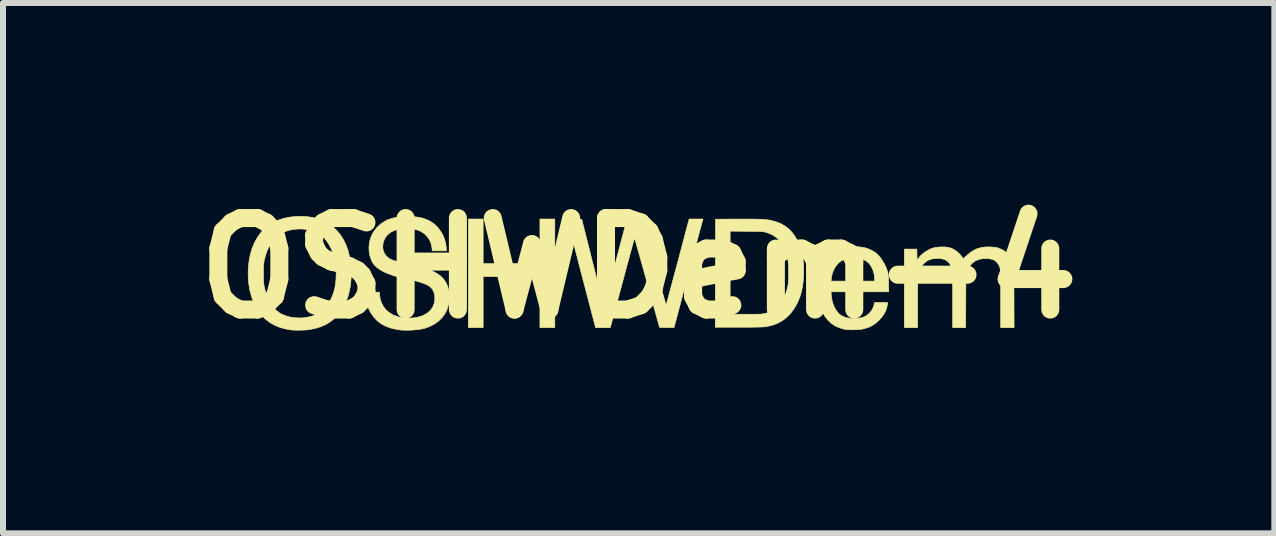
<source format=kicad_pcb>
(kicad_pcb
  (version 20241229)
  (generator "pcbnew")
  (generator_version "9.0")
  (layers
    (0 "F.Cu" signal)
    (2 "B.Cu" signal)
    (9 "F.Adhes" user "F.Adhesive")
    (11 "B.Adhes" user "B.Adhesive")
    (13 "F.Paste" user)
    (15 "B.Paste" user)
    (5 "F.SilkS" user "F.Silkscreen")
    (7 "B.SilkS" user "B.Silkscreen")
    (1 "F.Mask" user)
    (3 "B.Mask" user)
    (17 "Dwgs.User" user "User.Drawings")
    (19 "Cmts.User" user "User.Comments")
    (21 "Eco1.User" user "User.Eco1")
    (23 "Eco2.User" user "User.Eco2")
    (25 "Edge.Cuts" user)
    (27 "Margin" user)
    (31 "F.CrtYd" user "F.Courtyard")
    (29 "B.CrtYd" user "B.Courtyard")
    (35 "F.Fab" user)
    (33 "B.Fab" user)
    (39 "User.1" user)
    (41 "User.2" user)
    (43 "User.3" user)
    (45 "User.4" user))
  (footprint "OSHWDem-4"
    (layer "F.Cu")
    (at 7.591 1.418)
    (property "Reference" "OSHWDem-4" (at 0 0 0) (layer "F.SilkS") (effects (font (size 1.524 1.524) (thickness 0.3))))
    (attr through_hole)
    (fp_poly (pts (xy -2.591 -0.076) (xy -1.645 -0.076) (xy -1.645 -0.819) (xy -1.397 -0.819) (xy -1.397 0.991) (xy -1.645 0.991) (xy -1.645 0.14) (xy -2.591 0.14) (xy -2.591 0.991) (xy -2.838 0.991) (xy -2.838 -0.819) (xy -2.591 -0.819) (xy -2.591 -0.076)) (stroke (width 0.01) (type solid)) (fill yes) (layer "F.SilkS"))
    (fp_poly (pts (xy 1.883 -0.818) (xy 1.946 -0.817) (xy 1.999 -0.816) (xy 2.046 -0.814) (xy 2.086 -0.811) (xy 2.121 -0.808) (xy 2.151 -0.805) (xy 2.179 -0.801) (xy 2.197 -0.797) (xy 2.287 -0.774) (xy 2.367 -0.742) (xy 2.438 -0.702) (xy 2.501 -0.653) (xy 2.557 -0.595) (xy 2.606 -0.526) (xy 2.637 -0.472) (xy 2.67 -0.403) (xy 2.696 -0.337) (xy 2.716 -0.27) (xy 2.731 -0.201) (xy 2.741 -0.126) (xy 2.747 -0.042) (xy 2.748 0.002) (xy 2.748 0.112) (xy 2.742 0.213) (xy 2.73 0.306) (xy 2.712 0.392) (xy 2.688 0.474) (xy 2.656 0.553) (xy 2.634 0.599) (xy 2.584 0.684) (xy 2.527 0.758) (xy 2.464 0.822) (xy 2.393 0.875) (xy 2.315 0.918) (xy 2.23 0.95) (xy 2.137 0.972) (xy 2.096 0.978) (xy 2.078 0.979) (xy 2.049 0.98) (xy 2.009 0.981) (xy 1.959 0.982) (xy 1.901 0.983) (xy 1.836 0.984) (xy 1.764 0.984) (xy 1.686 0.984) (xy 1.659 0.984) (xy 1.276 0.984) (xy 1.277 0.768) (xy 1.524 0.768) (xy 1.783 0.768) (xy 1.849 0.768) (xy 1.903 0.768) (xy 1.948 0.768) (xy 1.984 0.767) (xy 2.013 0.766) (xy 2.037 0.765) (xy 2.057 0.763) (xy 2.075 0.761) (xy 2.091 0.758) (xy 2.101 0.756) (xy 2.173 0.736) (xy 2.237 0.706) (xy 2.294 0.667) (xy 2.344 0.618) (xy 2.387 0.558) (xy 2.425 0.488) (xy 2.454 0.412) (xy 2.467 0.37) (xy 2.478 0.331) (xy 2.486 0.294) (xy 2.492 0.255) (xy 2.495 0.212) (xy 2.498 0.162) (xy 2.498 0.104) (xy 2.499 0.073) (xy 2.498 0.013) (xy 2.497 -0.037) (xy 2.494 -0.079) (xy 2.49 -0.117) (xy 2.484 -0.152) (xy 2.476 -0.187) (xy 2.465 -0.225) (xy 2.46 -0.244) (xy 2.444 -0.287) (xy 2.423 -0.334) (xy 2.399 -0.38) (xy 2.374 -0.422) (xy 2.353 -0.452) (xy 2.306 -0.501) (xy 2.25 -0.542) (xy 2.185 -0.575) (xy 2.118 -0.598) (xy 2.105 -0.601) (xy 2.092 -0.604) (xy 2.078 -0.607) (xy 2.062 -0.608) (xy 2.041 -0.61) (xy 2.016 -0.611) (xy 1.984 -0.612) (xy 1.944 -0.613) (xy 1.895 -0.613) (xy 1.836 -0.614) (xy 1.795 -0.614) (xy 1.524 -0.617) (xy 1.524 0.768) (xy 1.277 0.768) (xy 1.278 0.084) (xy 1.28 -0.816) (xy 1.635 -0.818) (xy 1.729 -0.818) (xy 1.812 -0.818) (xy 1.883 -0.818)) (stroke (width 0.01) (type solid)) (fill yes) (layer "F.SilkS"))
    (fp_poly (pts (xy -5.53 -0.859) (xy -5.426 -0.844) (xy -5.33 -0.818) (xy -5.241 -0.783) (xy -5.16 -0.738) (xy -5.085 -0.682) (xy -5.019 -0.616) (xy -4.974 -0.561) (xy -4.92 -0.478) (xy -4.875 -0.386) (xy -4.84 -0.286) (xy -4.814 -0.177) (xy -4.797 -0.06) (xy -4.79 0.035) (xy -4.79 0.152) (xy -4.799 0.265) (xy -4.817 0.372) (xy -4.844 0.474) (xy -4.879 0.569) (xy -4.923 0.655) (xy -4.946 0.692) (xy -5.003 0.77) (xy -5.068 0.837) (xy -5.139 0.894) (xy -5.217 0.941) (xy -5.304 0.978) (xy -5.398 1.006) (xy -5.501 1.025) (xy -5.504 1.026) (xy -5.54 1.029) (xy -5.584 1.032) (xy -5.633 1.033) (xy -5.681 1.034) (xy -5.726 1.033) (xy -5.764 1.032) (xy -5.772 1.031) (xy -5.875 1.015) (xy -5.971 0.99) (xy -6.059 0.954) (xy -6.14 0.909) (xy -6.213 0.854) (xy -6.262 0.808) (xy -6.322 0.735) (xy -6.374 0.653) (xy -6.418 0.563) (xy -6.453 0.465) (xy -6.48 0.362) (xy -6.497 0.252) (xy -6.506 0.138) (xy -6.506 0.095) (xy -6.251 0.095) (xy -6.251 0.146) (xy -6.25 0.187) (xy -6.249 0.22) (xy -6.248 0.246) (xy -6.245 0.269) (xy -6.242 0.29) (xy -6.238 0.312) (xy -6.237 0.315) (xy -6.212 0.412) (xy -6.179 0.499) (xy -6.14 0.576) (xy -6.094 0.643) (xy -6.043 0.699) (xy -5.984 0.745) (xy -5.95 0.765) (xy -5.884 0.793) (xy -5.809 0.814) (xy -5.73 0.826) (xy -5.646 0.83) (xy -5.572 0.826) (xy -5.485 0.811) (xy -5.407 0.787) (xy -5.336 0.753) (xy -5.273 0.71) (xy -5.217 0.656) (xy -5.169 0.591) (xy -5.128 0.519) (xy -5.1 0.455) (xy -5.078 0.392) (xy -5.061 0.326) (xy -5.05 0.255) (xy -5.042 0.175) (xy -5.039 0.064) (xy -5.046 -0.044) (xy -5.063 -0.146) (xy -5.089 -0.242) (xy -5.125 -0.331) (xy -5.17 -0.412) (xy -5.2 -0.455) (xy -5.243 -0.506) (xy -5.291 -0.547) (xy -5.346 -0.582) (xy -5.369 -0.594) (xy -5.441 -0.623) (xy -5.518 -0.642) (xy -5.597 -0.652) (xy -5.678 -0.653) (xy -5.758 -0.645) (xy -5.835 -0.629) (xy -5.908 -0.603) (xy -5.974 -0.57) (xy -6.023 -0.535) (xy -6.071 -0.489) (xy -6.115 -0.432) (xy -6.155 -0.366) (xy -6.189 -0.293) (xy -6.217 -0.213) (xy -6.238 -0.129) (xy -6.241 -0.118) (xy -6.244 -0.095) (xy -6.247 -0.07) (xy -6.249 -0.04) (xy -6.251 -0.004) (xy -6.251 0.041) (xy -6.251 0.095) (xy -6.506 0.095) (xy -6.505 0.021) (xy -6.494 -0.1) (xy -6.492 -0.113) (xy -6.472 -0.222) (xy -6.443 -0.323) (xy -6.404 -0.418) (xy -6.357 -0.505) (xy -6.302 -0.584) (xy -6.238 -0.653) (xy -6.177 -0.706) (xy -6.101 -0.755) (xy -6.016 -0.796) (xy -5.924 -0.827) (xy -5.825 -0.849) (xy -5.72 -0.861) (xy -5.642 -0.864) (xy -5.53 -0.859)) (stroke (width 0.01) (type solid)) (fill yes) (layer "F.SilkS"))
    (fp_poly (pts (xy 3.618 -0.36) (xy 3.704 -0.352) (xy 3.78 -0.337) (xy 3.849 -0.313) (xy 3.912 -0.28) (xy 3.95 -0.255) (xy 3.989 -0.22) (xy 4.028 -0.175) (xy 4.064 -0.123) (xy 4.098 -0.065) (xy 4.125 -0.004) (xy 4.144 0.048) (xy 4.15 0.067) (xy 4.154 0.085) (xy 4.157 0.102) (xy 4.16 0.123) (xy 4.161 0.148) (xy 4.163 0.18) (xy 4.164 0.221) (xy 4.164 0.249) (xy 4.167 0.394) (xy 3.205 0.394) (xy 3.209 0.449) (xy 3.218 0.516) (xy 3.233 0.58) (xy 3.256 0.639) (xy 3.283 0.692) (xy 3.316 0.737) (xy 3.352 0.773) (xy 3.384 0.794) (xy 3.418 0.81) (xy 3.449 0.821) (xy 3.48 0.829) (xy 3.517 0.833) (xy 3.561 0.836) (xy 3.569 0.836) (xy 3.634 0.836) (xy 3.691 0.83) (xy 3.739 0.818) (xy 3.782 0.799) (xy 3.82 0.772) (xy 3.834 0.76) (xy 3.87 0.721) (xy 3.897 0.678) (xy 3.917 0.629) (xy 3.927 0.589) (xy 3.931 0.572) (xy 4.148 0.572) (xy 4.144 0.606) (xy 4.132 0.666) (xy 4.11 0.724) (xy 4.078 0.78) (xy 4.034 0.836) (xy 4.014 0.858) (xy 3.956 0.912) (xy 3.894 0.955) (xy 3.827 0.987) (xy 3.752 1.01) (xy 3.74 1.013) (xy 3.711 1.017) (xy 3.672 1.021) (xy 3.628 1.024) (xy 3.581 1.026) (xy 3.535 1.026) (xy 3.495 1.025) (xy 3.462 1.023) (xy 3.454 1.022) (xy 3.42 1.015) (xy 3.38 1.004) (xy 3.339 0.99) (xy 3.302 0.976) (xy 3.273 0.962) (xy 3.271 0.961) (xy 3.206 0.916) (xy 3.149 0.862) (xy 3.099 0.797) (xy 3.058 0.723) (xy 3.024 0.639) (xy 2.998 0.546) (xy 2.993 0.523) (xy 2.989 0.497) (xy 2.985 0.467) (xy 2.983 0.432) (xy 2.982 0.389) (xy 2.982 0.337) (xy 2.982 0.29) (xy 2.982 0.253) (xy 2.983 0.224) (xy 2.984 0.216) (xy 3.205 0.216) (xy 3.931 0.216) (xy 3.931 0.172) (xy 3.926 0.119) (xy 3.914 0.065) (xy 3.895 0.012) (xy 3.87 -0.036) (xy 3.842 -0.076) (xy 3.835 -0.083) (xy 3.799 -0.114) (xy 3.758 -0.137) (xy 3.71 -0.154) (xy 3.654 -0.164) (xy 3.588 -0.168) (xy 3.578 -0.168) (xy 3.529 -0.167) (xy 3.488 -0.163) (xy 3.453 -0.155) (xy 3.419 -0.143) (xy 3.389 -0.129) (xy 3.346 -0.101) (xy 3.307 -0.062) (xy 3.273 -0.015) (xy 3.245 0.038) (xy 3.224 0.096) (xy 3.211 0.157) (xy 3.21 0.17) (xy 3.205 0.216) (xy 2.984 0.216) (xy 2.986 0.199) (xy 2.989 0.176) (xy 2.993 0.153) (xy 2.996 0.14) (xy 3.016 0.065) (xy 3.042 -0.008) (xy 3.073 -0.076) (xy 3.107 -0.137) (xy 3.145 -0.19) (xy 3.184 -0.232) (xy 3.194 -0.241) (xy 3.255 -0.284) (xy 3.322 -0.318) (xy 3.397 -0.342) (xy 3.479 -0.356) (xy 3.569 -0.361) (xy 3.618 -0.36)) (stroke (width 0.01) (type solid)) (fill yes) (layer "F.SilkS"))
    (fp_poly (pts (xy 5.861 -0.353) (xy 5.896 -0.351) (xy 5.93 -0.348) (xy 5.959 -0.343) (xy 5.978 -0.34) (xy 6.043 -0.315) (xy 6.101 -0.281) (xy 6.152 -0.237) (xy 6.193 -0.184) (xy 6.226 -0.123) (xy 6.24 -0.083) (xy 6.242 -0.075) (xy 6.244 -0.066) (xy 6.245 -0.054) (xy 6.247 -0.039) (xy 6.248 -0.02) (xy 6.249 0.004) (xy 6.25 0.035) (xy 6.25 0.072) (xy 6.251 0.117) (xy 6.251 0.171) (xy 6.252 0.234) (xy 6.252 0.307) (xy 6.253 0.392) (xy 6.253 0.471) (xy 6.255 0.991) (xy 6.032 0.991) (xy 6.032 0.519) (xy 6.032 0.426) (xy 6.032 0.346) (xy 6.032 0.276) (xy 6.032 0.216) (xy 6.031 0.165) (xy 6.031 0.123) (xy 6.029 0.087) (xy 6.028 0.058) (xy 6.026 0.034) (xy 6.023 0.014) (xy 6.02 -0.002) (xy 6.016 -0.016) (xy 6.012 -0.028) (xy 6.006 -0.039) (xy 6 -0.051) (xy 5.996 -0.059) (xy 5.97 -0.096) (xy 5.938 -0.125) (xy 5.899 -0.145) (xy 5.851 -0.156) (xy 5.794 -0.161) (xy 5.791 -0.161) (xy 5.726 -0.157) (xy 5.669 -0.146) (xy 5.619 -0.126) (xy 5.575 -0.097) (xy 5.547 -0.072) (xy 5.51 -0.026) (xy 5.48 0.028) (xy 5.463 0.073) (xy 5.461 0.081) (xy 5.459 0.091) (xy 5.458 0.103) (xy 5.456 0.118) (xy 5.455 0.137) (xy 5.454 0.161) (xy 5.453 0.192) (xy 5.452 0.229) (xy 5.452 0.274) (xy 5.451 0.329) (xy 5.451 0.393) (xy 5.45 0.468) (xy 5.45 0.551) (xy 5.448 0.991) (xy 5.232 0.991) (xy 5.232 0.557) (xy 5.232 0.481) (xy 5.232 0.407) (xy 5.232 0.338) (xy 5.231 0.274) (xy 5.23 0.216) (xy 5.229 0.166) (xy 5.229 0.125) (xy 5.228 0.094) (xy 5.226 0.074) (xy 5.226 0.069) (xy 5.215 0.007) (xy 5.198 -0.044) (xy 5.174 -0.086) (xy 5.142 -0.118) (xy 5.103 -0.141) (xy 5.054 -0.156) (xy 5.001 -0.163) (xy 4.942 -0.162) (xy 4.883 -0.152) (xy 4.83 -0.134) (xy 4.82 -0.129) (xy 4.783 -0.105) (xy 4.746 -0.072) (xy 4.713 -0.032) (xy 4.69 0.007) (xy 4.682 0.023) (xy 4.676 0.038) (xy 4.67 0.053) (xy 4.665 0.068) (xy 4.661 0.086) (xy 4.657 0.106) (xy 4.655 0.13) (xy 4.653 0.159) (xy 4.651 0.193) (xy 4.65 0.235) (xy 4.649 0.284) (xy 4.649 0.342) (xy 4.648 0.41) (xy 4.648 0.489) (xy 4.648 0.567) (xy 4.648 0.991) (xy 4.426 0.991) (xy 4.426 -0.318) (xy 4.635 -0.318) (xy 4.637 -0.225) (xy 4.639 -0.133) (xy 4.667 -0.172) (xy 4.705 -0.216) (xy 4.753 -0.257) (xy 4.808 -0.293) (xy 4.865 -0.322) (xy 4.918 -0.34) (xy 4.94 -0.344) (xy 4.971 -0.348) (xy 5.005 -0.352) (xy 5.032 -0.353) (xy 5.098 -0.354) (xy 5.155 -0.347) (xy 5.205 -0.333) (xy 5.252 -0.311) (xy 5.297 -0.281) (xy 5.309 -0.271) (xy 5.333 -0.25) (xy 5.356 -0.226) (xy 5.374 -0.204) (xy 5.375 -0.202) (xy 5.389 -0.184) (xy 5.399 -0.17) (xy 5.405 -0.162) (xy 5.411 -0.164) (xy 5.424 -0.173) (xy 5.443 -0.188) (xy 5.458 -0.203) (xy 5.518 -0.255) (xy 5.578 -0.295) (xy 5.64 -0.324) (xy 5.705 -0.343) (xy 5.776 -0.353) (xy 5.855 -0.354) (xy 5.861 -0.353)) (stroke (width 0.01) (type solid)) (fill yes) (layer "F.SilkS"))
    (fp_poly (pts (xy -3.788 -0.861) (xy -3.693 -0.852) (xy -3.606 -0.835) (xy -3.528 -0.808) (xy -3.458 -0.772) (xy -3.396 -0.727) (xy -3.342 -0.672) (xy -3.295 -0.608) (xy -3.263 -0.552) (xy -3.241 -0.501) (xy -3.224 -0.444) (xy -3.211 -0.386) (xy -3.206 -0.337) (xy -3.204 -0.289) (xy -3.439 -0.289) (xy -3.443 -0.333) (xy -3.455 -0.399) (xy -3.478 -0.459) (xy -3.514 -0.515) (xy -3.554 -0.559) (xy -3.589 -0.588) (xy -3.627 -0.611) (xy -3.67 -0.63) (xy -3.712 -0.642) (xy -3.746 -0.649) (xy -3.79 -0.654) (xy -3.839 -0.657) (xy -3.89 -0.657) (xy -3.939 -0.656) (xy -3.982 -0.652) (xy -4.016 -0.646) (xy -4.081 -0.624) (xy -4.137 -0.595) (xy -4.183 -0.557) (xy -4.219 -0.512) (xy -4.245 -0.459) (xy -4.261 -0.399) (xy -4.261 -0.397) (xy -4.264 -0.342) (xy -4.255 -0.291) (xy -4.235 -0.243) (xy -4.205 -0.202) (xy -4.166 -0.168) (xy -4.137 -0.151) (xy -4.099 -0.134) (xy -4.049 -0.117) (xy -3.99 -0.099) (xy -3.922 -0.081) (xy -3.847 -0.063) (xy -3.766 -0.047) (xy -3.756 -0.045) (xy -3.679 -0.029) (xy -3.612 -0.013) (xy -3.553 0.004) (xy -3.5 0.022) (xy -3.451 0.042) (xy -3.402 0.066) (xy -3.362 0.088) (xy -3.303 0.128) (xy -3.254 0.177) (xy -3.214 0.234) (xy -3.184 0.298) (xy -3.164 0.368) (xy -3.155 0.445) (xy -3.156 0.528) (xy -3.157 0.539) (xy -3.17 0.619) (xy -3.195 0.694) (xy -3.23 0.762) (xy -3.276 0.824) (xy -3.332 0.879) (xy -3.397 0.927) (xy -3.471 0.967) (xy -3.553 0.998) (xy -3.572 1.003) (xy -3.623 1.015) (xy -3.683 1.024) (xy -3.748 1.03) (xy -3.816 1.034) (xy -3.884 1.034) (xy -3.947 1.032) (xy -3.959 1.031) (xy -3.992 1.027) (xy -4.032 1.02) (xy -4.073 1.012) (xy -4.112 1.003) (xy -4.135 0.996) (xy -4.215 0.967) (xy -4.287 0.929) (xy -4.35 0.881) (xy -4.407 0.823) (xy -4.413 0.814) (xy -4.46 0.749) (xy -4.496 0.679) (xy -4.523 0.604) (xy -4.542 0.521) (xy -4.55 0.452) (xy -4.554 0.4) (xy -4.32 0.4) (xy -4.316 0.45) (xy -4.305 0.521) (xy -4.282 0.587) (xy -4.249 0.646) (xy -4.206 0.698) (xy -4.154 0.742) (xy -4.092 0.779) (xy -4.021 0.807) (xy -3.997 0.814) (xy -3.951 0.823) (xy -3.896 0.829) (xy -3.837 0.831) (xy -3.778 0.83) (xy -3.724 0.825) (xy -3.693 0.82) (xy -3.621 0.8) (xy -3.559 0.772) (xy -3.506 0.737) (xy -3.463 0.695) (xy -3.43 0.646) (xy -3.408 0.59) (xy -3.397 0.529) (xy -3.396 0.498) (xy -3.4 0.441) (xy -3.415 0.39) (xy -3.44 0.346) (xy -3.476 0.309) (xy -3.494 0.296) (xy -3.527 0.277) (xy -3.572 0.258) (xy -3.628 0.238) (xy -3.696 0.218) (xy -3.773 0.197) (xy -3.861 0.177) (xy -3.931 0.162) (xy -4.006 0.145) (xy -4.072 0.128) (xy -4.132 0.108) (xy -4.189 0.086) (xy -4.246 0.06) (xy -4.255 0.056) (xy -4.314 0.022) (xy -4.363 -0.013) (xy -4.402 -0.051) (xy -4.433 -0.094) (xy -4.447 -0.121) (xy -4.474 -0.192) (xy -4.49 -0.266) (xy -4.494 -0.343) (xy -4.487 -0.42) (xy -4.469 -0.495) (xy -4.464 -0.509) (xy -4.437 -0.57) (xy -4.403 -0.625) (xy -4.36 -0.678) (xy -4.354 -0.684) (xy -4.3 -0.734) (xy -4.241 -0.775) (xy -4.177 -0.808) (xy -4.105 -0.832) (xy -4.024 -0.849) (xy -3.935 -0.859) (xy -3.892 -0.862) (xy -3.788 -0.861)) (stroke (width 0.01) (type solid)) (fill yes) (layer "F.SilkS"))
    (fp_poly (pts (xy 1.063 -0.789) (xy 1.06 -0.778) (xy 1.054 -0.756) (xy 1.046 -0.724) (xy 1.034 -0.682) (xy 1.021 -0.632) (xy 1.005 -0.574) (xy 0.988 -0.509) (xy 0.969 -0.437) (xy 0.949 -0.361) (xy 0.927 -0.28) (xy 0.905 -0.196) (xy 0.881 -0.108) (xy 0.858 -0.019) (xy 0.834 0.071) (xy 0.81 0.161) (xy 0.786 0.251) (xy 0.762 0.34) (xy 0.739 0.426) (xy 0.717 0.509) (xy 0.696 0.589) (xy 0.676 0.663) (xy 0.658 0.732) (xy 0.642 0.794) (xy 0.627 0.85) (xy 0.614 0.897) (xy 0.604 0.935) (xy 0.597 0.963) (xy 0.592 0.981) (xy 0.591 0.988) (xy 0.591 0.988) (xy 0.585 0.989) (xy 0.568 0.989) (xy 0.542 0.99) (xy 0.51 0.99) (xy 0.472 0.989) (xy 0.469 0.989) (xy 0.348 0.987) (xy 0.141 0.24) (xy 0.114 0.145) (xy 0.089 0.055) (xy 0.065 -0.032) (xy 0.042 -0.113) (xy 0.021 -0.189) (xy 0.001 -0.258) (xy -0.017 -0.32) (xy -0.032 -0.374) (xy -0.045 -0.42) (xy -0.056 -0.456) (xy -0.064 -0.481) (xy -0.069 -0.496) (xy -0.07 -0.5) (xy -0.072 -0.493) (xy -0.078 -0.474) (xy -0.086 -0.445) (xy -0.096 -0.406) (xy -0.11 -0.357) (xy -0.125 -0.3) (xy -0.143 -0.236) (xy -0.162 -0.164) (xy -0.183 -0.086) (xy -0.206 -0.003) (xy -0.229 0.085) (xy -0.254 0.177) (xy -0.273 0.249) (xy -0.473 0.991) (xy -0.717 0.991) (xy -0.727 0.957) (xy -0.73 0.944) (xy -0.737 0.919) (xy -0.746 0.885) (xy -0.757 0.841) (xy -0.771 0.789) (xy -0.787 0.729) (xy -0.804 0.663) (xy -0.823 0.59) (xy -0.843 0.513) (xy -0.865 0.431) (xy -0.887 0.346) (xy -0.91 0.258) (xy -0.933 0.168) (xy -0.957 0.078) (xy -0.98 -0.012) (xy -1.004 -0.102) (xy -1.026 -0.19) (xy -1.049 -0.276) (xy -1.07 -0.358) (xy -1.09 -0.436) (xy -1.109 -0.509) (xy -1.127 -0.576) (xy -1.142 -0.637) (xy -1.156 -0.69) (xy -1.167 -0.734) (xy -1.177 -0.77) (xy -1.183 -0.795) (xy -1.187 -0.81) (xy -1.187 -0.813) (xy -1.181 -0.815) (xy -1.162 -0.817) (xy -1.131 -0.818) (xy -1.088 -0.818) (xy -1.068 -0.818) (xy -0.949 -0.816) (xy -0.766 -0.09) (xy -0.734 0.036) (xy -0.705 0.149) (xy -0.679 0.25) (xy -0.656 0.339) (xy -0.636 0.416) (xy -0.619 0.48) (xy -0.605 0.533) (xy -0.593 0.574) (xy -0.585 0.602) (xy -0.58 0.62) (xy -0.577 0.625) (xy -0.577 0.625) (xy -0.575 0.618) (xy -0.57 0.599) (xy -0.562 0.57) (xy -0.552 0.532) (xy -0.539 0.485) (xy -0.525 0.431) (xy -0.508 0.37) (xy -0.491 0.303) (xy -0.472 0.232) (xy -0.452 0.156) (xy -0.431 0.078) (xy -0.41 -0.002) (xy -0.388 -0.083) (xy -0.367 -0.165) (xy -0.346 -0.245) (xy -0.325 -0.324) (xy -0.305 -0.4) (xy -0.286 -0.472) (xy -0.268 -0.54) (xy -0.252 -0.602) (xy -0.237 -0.657) (xy -0.225 -0.705) (xy -0.214 -0.745) (xy -0.206 -0.775) (xy -0.201 -0.796) (xy -0.2 -0.802) (xy -0.195 -0.819) (xy -0.068 -0.819) (xy 0.06 -0.819) (xy 0.257 -0.099) (xy 0.283 -0.006) (xy 0.307 0.083) (xy 0.33 0.168) (xy 0.353 0.247) (xy 0.373 0.321) (xy 0.392 0.388) (xy 0.409 0.448) (xy 0.424 0.5) (xy 0.436 0.543) (xy 0.446 0.577) (xy 0.453 0.6) (xy 0.457 0.612) (xy 0.458 0.614) (xy 0.46 0.607) (xy 0.465 0.588) (xy 0.473 0.559) (xy 0.484 0.52) (xy 0.497 0.472) (xy 0.512 0.415) (xy 0.529 0.35) (xy 0.549 0.279) (xy 0.569 0.202) (xy 0.591 0.119) (xy 0.615 0.032) (xy 0.639 -0.059) (xy 0.652 -0.106) (xy 0.841 -0.819) (xy 1.072 -0.819) (xy 1.063 -0.789)) (stroke (width 0.01) (type solid)) (fill yes) (layer "F.SilkS")))
  (gr_rect
    (start -3 -3)
    (end 18.182 5.836)
    (stroke (width 0.1) (type default))
    (fill no)
    (layer "Edge.Cuts")))
</source>
